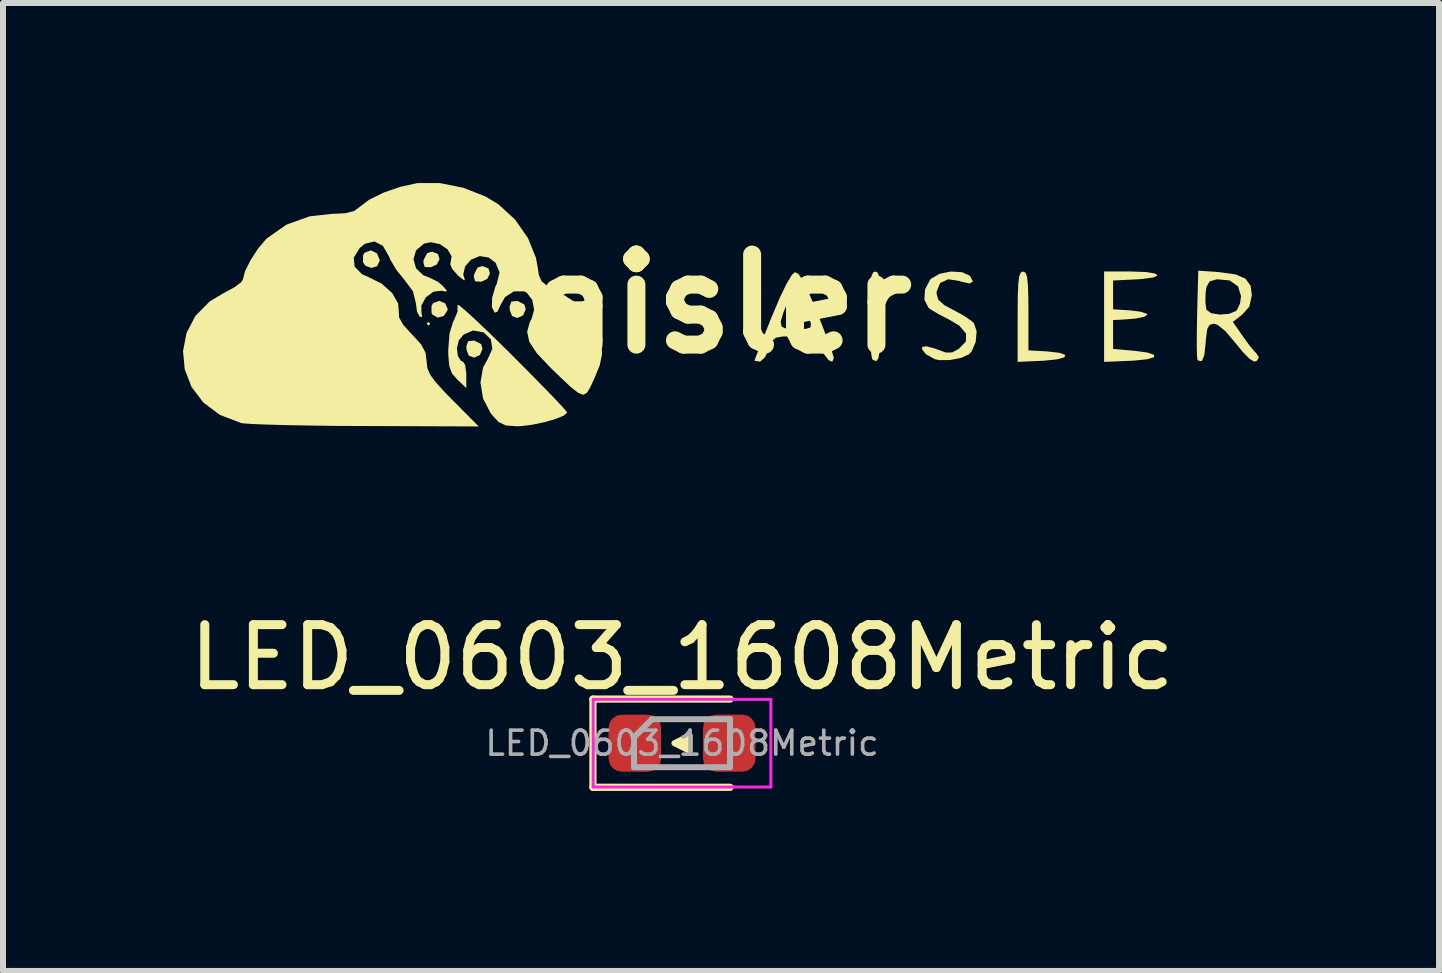
<source format=kicad_pcb>
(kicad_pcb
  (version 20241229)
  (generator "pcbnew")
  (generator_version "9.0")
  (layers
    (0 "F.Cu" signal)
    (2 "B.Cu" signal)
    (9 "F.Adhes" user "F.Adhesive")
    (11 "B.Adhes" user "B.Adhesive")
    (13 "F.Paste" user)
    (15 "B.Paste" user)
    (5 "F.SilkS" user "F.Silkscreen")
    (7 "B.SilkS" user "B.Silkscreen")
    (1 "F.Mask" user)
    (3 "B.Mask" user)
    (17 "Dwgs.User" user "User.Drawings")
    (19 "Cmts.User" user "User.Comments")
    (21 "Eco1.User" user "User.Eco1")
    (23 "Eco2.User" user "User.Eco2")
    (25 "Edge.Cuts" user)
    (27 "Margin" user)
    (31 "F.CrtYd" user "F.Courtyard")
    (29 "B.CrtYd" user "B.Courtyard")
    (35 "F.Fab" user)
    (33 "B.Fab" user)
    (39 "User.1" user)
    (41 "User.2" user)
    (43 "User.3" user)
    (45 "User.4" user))
  (footprint "aisler"
    (layer "F.Cu")
    (at 8.983 2.014)
    (property "Reference" "aisler" (at 0 0 0) (layer "F.SilkS") (effects (font (size 1.5 1.5) (thickness 0.3))))
    (attr board_only exclude_from_pos_files exclude_from_bom)
    (fp_poly (pts (xy -4.864 0.33) (xy -4.894 0.36) (xy -4.924 0.33) (xy -4.894 0.3)) (stroke (width 0) (type solid)) (fill yes) (layer "F.SilkS"))
    (fp_poly (pts (xy -4.735 -0.832) (xy -4.709 -0.746) (xy -4.754 -0.657) (xy -4.854 -0.611) (xy -4.957 -0.615) (xy -4.978 -0.693) (xy -4.974 -0.731) (xy -4.915 -0.847) (xy -4.834 -0.871)) (stroke (width 0) (type solid)) (fill yes) (layer "F.SilkS"))
    (fp_poly (pts (xy -4.015 0.671) (xy -3.993 0.75) (xy -4.037 0.852) (xy -4.134 0.896) (xy -4.221 0.863) (xy -4.257 0.773) (xy -4.263 0.706) (xy -4.231 0.621) (xy -4.128 0.611)) (stroke (width 0) (type solid)) (fill yes) (layer "F.SilkS"))
    (fp_poly (pts (xy -3.894 -0.592) (xy -3.869 -0.506) (xy -3.914 -0.417) (xy -4.013 -0.37) (xy -4.116 -0.375) (xy -4.137 -0.453) (xy -4.133 -0.491) (xy -4.075 -0.607) (xy -3.993 -0.63)) (stroke (width 0) (type solid)) (fill yes) (layer "F.SilkS"))
    (fp_poly (pts (xy -3.295 0.01) (xy -3.273 0.089) (xy -3.317 0.192) (xy -3.413 0.235) (xy -3.501 0.202) (xy -3.536 0.112) (xy -3.543 0.046) (xy -3.51 -0.04) (xy -3.408 -0.049)) (stroke (width 0) (type solid)) (fill yes) (layer "F.SilkS"))
    (fp_poly (pts (xy -5.752 -0.843) (xy -5.705 -0.73) (xy -5.704 -0.722) (xy -5.748 -0.629) (xy -5.846 -0.599) (xy -5.945 -0.637) (xy -5.985 -0.695) (xy -5.983 -0.811) (xy -5.957 -0.853) (xy -5.852 -0.892)) (stroke (width 0) (type solid)) (fill yes) (layer "F.SilkS"))
    (fp_poly (pts (xy -4.615 -0.01) (xy -4.573 0.084) (xy -4.575 0.104) (xy -4.637 0.2) (xy -4.739 0.228) (xy -4.827 0.179) (xy -4.842 0.151) (xy -4.843 0.033) (xy -4.816 -0.012) (xy -4.714 -0.051)) (stroke (width 0) (type solid)) (fill yes) (layer "F.SilkS"))
    (fp_poly (pts (xy 2.59 -0.523) (xy 2.616 -0.458) (xy 2.632 -0.327) (xy 2.64 -0.112) (xy 2.642 0.204) (xy 2.642 0.21) (xy 2.639 0.545) (xy 2.627 0.773) (xy 2.604 0.905) (xy 2.569 0.955) (xy 2.517 0.935) (xy 2.502 0.921) (xy 2.486 0.848) (xy 2.474 0.681) (xy 2.465 0.444) (xy 2.462 0.17) (xy 2.464 -0.138) (xy 2.473 -0.345) (xy 2.49 -0.468) (xy 2.518 -0.527) (xy 2.552 -0.54)) (stroke (width 0) (type solid)) (fill yes) (layer "F.SilkS"))
    (fp_poly (pts (xy 5.054 -0.522) (xy 5.081 -0.452) (xy 5.096 -0.313) (xy 5.103 -0.085) (xy 5.104 0.117) (xy 5.104 0.774) (xy 5.419 0.792) (xy 5.626 0.816) (xy 5.719 0.851) (xy 5.703 0.89) (xy 5.581 0.924) (xy 5.358 0.947) (xy 5.329 0.948) (xy 4.924 0.966) (xy 4.924 0.213) (xy 4.926 -0.106) (xy 4.934 -0.322) (xy 4.949 -0.455) (xy 4.975 -0.522) (xy 5.013 -0.54) (xy 5.014 -0.54)) (stroke (width 0) (type solid)) (fill yes) (layer "F.SilkS"))
    (fp_poly (pts (xy 7.065 -0.531) (xy 7.213 -0.507) (xy 7.256 -0.475) (xy 7.19 -0.442) (xy 7.011 -0.416) (xy 6.89 -0.408) (xy 6.515 -0.39) (xy 6.515 -0.15) (xy 6.515 0.09) (xy 6.8 0.108) (xy 6.967 0.129) (xy 7.069 0.161) (xy 7.086 0.18) (xy 7.032 0.215) (xy 6.895 0.243) (xy 6.8 0.252) (xy 6.515 0.27) (xy 6.515 0.51) (xy 6.515 0.751) (xy 6.862 0.781) (xy 7.089 0.811) (xy 7.2 0.849) (xy 7.196 0.889) (xy 7.08 0.923) (xy 6.853 0.946) (xy 6.8 0.948) (xy 6.365 0.966) (xy 6.365 0.213) (xy 6.365 -0.54) (xy 6.815 -0.54)) (stroke (width 0) (type solid)) (fill yes) (layer "F.SilkS"))
    (fp_poly (pts (xy 3.995 -0.529) (xy 4.126 -0.47) (xy 4.135 -0.46) (xy 4.179 -0.372) (xy 4.125 -0.34) (xy 3.983 -0.371) (xy 3.958 -0.381) (xy 3.768 -0.411) (xy 3.633 -0.349) (xy 3.574 -0.204) (xy 3.573 -0.174) (xy 3.601 -0.07) (xy 3.703 0.021) (xy 3.845 0.097) (xy 4.021 0.192) (xy 4.157 0.285) (xy 4.196 0.321) (xy 4.241 0.455) (xy 4.226 0.63) (xy 4.16 0.788) (xy 4.115 0.839) (xy 3.983 0.899) (xy 3.796 0.935) (xy 3.616 0.937) (xy 3.543 0.921) (xy 3.399 0.841) (xy 3.331 0.757) (xy 3.335 0.717) (xy 3.404 0.706) (xy 3.537 0.741) (xy 3.58 0.757) (xy 3.731 0.811) (xy 3.834 0.808) (xy 3.942 0.75) (xy 4.062 0.627) (xy 4.064 0.495) (xy 3.953 0.363) (xy 3.783 0.262) (xy 3.609 0.172) (xy 3.475 0.092) (xy 3.438 0.064) (xy 3.37 -0.07) (xy 3.381 -0.242) (xy 3.466 -0.403) (xy 3.483 -0.42) (xy 3.624 -0.502) (xy 3.811 -0.539)) (stroke (width 0) (type solid)) (fill yes) (layer "F.SilkS"))
    (fp_poly (pts (xy -4.381 0.025) (xy -4.28 0.109) (xy -4.116 0.258) (xy -3.903 0.46) (xy -3.65 0.707) (xy -3.515 0.84) (xy -3.243 1.113) (xy -3.003 1.358) (xy -2.805 1.562) (xy -2.663 1.713) (xy -2.59 1.797) (xy -2.582 1.81) (xy -2.636 1.86) (xy -2.775 1.917) (xy -2.965 1.972) (xy -3.173 2.015) (xy -3.364 2.038) (xy -3.418 2.039) (xy -3.602 2.026) (xy -3.723 1.97) (xy -3.84 1.843) (xy -3.858 1.82) (xy -3.984 1.575) (xy -4.027 1.31) (xy -3.984 1.06) (xy -3.909 0.924) (xy -3.829 0.75) (xy -3.855 0.589) (xy -3.973 0.475) (xy -4.147 0.442) (xy -4.308 0.511) (xy -4.387 0.607) (xy -4.419 0.736) (xy -4.404 0.868) (xy -4.35 0.952) (xy -4.319 0.961) (xy -4.283 1.014) (xy -4.264 1.145) (xy -4.263 1.181) (xy -4.263 1.402) (xy -4.413 1.261) (xy -4.502 1.158) (xy -4.547 1.036) (xy -4.563 0.852) (xy -4.564 0.768) (xy -4.542 0.49) (xy -4.481 0.292) (xy -4.467 0.269) (xy -4.408 0.125) (xy -4.41 0.015)) (stroke (width 0) (type solid)) (fill yes) (layer "F.SilkS"))
    (fp_poly (pts (xy 8.285 -0.529) (xy 8.553 -0.492) (xy 8.72 -0.421) (xy 8.806 -0.303) (xy 8.827 -0.147) (xy 8.785 0.045) (xy 8.669 0.176) (xy 8.51 0.3) (xy 8.679 0.543) (xy 8.787 0.691) (xy 8.871 0.793) (xy 8.897 0.817) (xy 8.946 0.891) (xy 8.906 0.953) (xy 8.865 0.961) (xy 8.79 0.916) (xy 8.673 0.798) (xy 8.549 0.646) (xy 8.389 0.457) (xy 8.255 0.349) (xy 8.195 0.33) (xy 8.124 0.348) (xy 8.084 0.42) (xy 8.063 0.575) (xy 8.058 0.646) (xy 8.034 0.857) (xy 7.992 0.955) (xy 7.929 0.943) (xy 7.921 0.936) (xy 7.913 0.87) (xy 7.909 0.708) (xy 7.91 0.474) (xy 7.915 0.192) (xy 7.915 0.178) (xy 7.92 -0.025) (xy 8.053 -0.025) (xy 8.069 0.093) (xy 8.07 0.096) (xy 8.148 0.155) (xy 8.291 0.178) (xy 8.447 0.166) (xy 8.566 0.116) (xy 8.575 0.108) (xy 8.629 -0.003) (xy 8.647 -0.13) (xy 8.596 -0.293) (xy 8.456 -0.391) (xy 8.247 -0.41) (xy 8.239 -0.409) (xy 8.123 -0.375) (xy 8.071 -0.283) (xy 8.057 -0.189) (xy 8.053 -0.025) (xy 7.92 -0.025) (xy 7.934 -0.554)) (stroke (width 0) (type solid)) (fill yes) (layer "F.SilkS"))
    (fp_poly (pts (xy 1.268 -0.503) (xy 1.341 -0.399) (xy 1.436 -0.205) (xy 1.561 0.09) (xy 1.584 0.147) (xy 1.69 0.417) (xy 1.777 0.648) (xy 1.837 0.817) (xy 1.861 0.899) (xy 1.861 0.901) (xy 1.836 0.964) (xy 1.775 0.938) (xy 1.699 0.839) (xy 1.655 0.751) (xy 1.601 0.634) (xy 1.538 0.571) (xy 1.433 0.546) (xy 1.248 0.54) (xy 1.209 0.54) (xy 1.009 0.543) (xy 0.895 0.563) (xy 0.833 0.617) (xy 0.79 0.721) (xy 0.781 0.751) (xy 0.714 0.888) (xy 0.639 0.958) (xy 0.626 0.961) (xy 0.549 0.95) (xy 0.54 0.942) (xy 0.562 0.883) (xy 0.619 0.734) (xy 0.706 0.516) (xy 0.794 0.296) (xy 0.976 0.296) (xy 0.991 0.379) (xy 1.068 0.413) (xy 1.212 0.42) (xy 1.229 0.42) (xy 1.397 0.416) (xy 1.472 0.392) (xy 1.48 0.335) (xy 1.466 0.285) (xy 1.415 0.144) (xy 1.341 -0.04) (xy 1.32 -0.09) (xy 1.217 -0.33) (xy 1.117 -0.094) (xy 1.02 0.146) (xy 0.976 0.296) (xy 0.794 0.296) (xy 0.811 0.252) (xy 0.83 0.207) (xy 0.962 -0.105) (xy 1.076 -0.34) (xy 1.164 -0.486) (xy 1.212 -0.528)) (stroke (width 0) (type solid)) (fill yes) (layer "F.SilkS"))
    (fp_poly (pts (xy -4.316 -1.936) (xy -3.945 -1.791) (xy -3.729 -1.661) (xy -3.451 -1.406) (xy -3.235 -1.097) (xy -3.103 -0.769) (xy -3.077 -0.631) (xy -3.053 -0.475) (xy -3.007 -0.375) (xy -2.909 -0.297) (xy -2.732 -0.207) (xy -2.72 -0.202) (xy -2.404 0.002) (xy -2.168 0.27) (xy -2.029 0.58) (xy -2.011 0.661) (xy -2.001 0.839) (xy -2.039 1.022) (xy -2.127 1.237) (xy -2.196 1.387) (xy -2.252 1.481) (xy -2.315 1.515) (xy -2.4 1.482) (xy -2.528 1.38) (xy -2.714 1.204) (xy -2.867 1.056) (xy -3.088 0.822) (xy -3.213 0.632) (xy -3.249 0.465) (xy -3.205 0.303) (xy -3.174 0.248) (xy -3.133 0.096) (xy -3.164 -0.066) (xy -3.254 -0.186) (xy -3.3 -0.209) (xy -3.471 -0.208) (xy -3.619 -0.113) (xy -3.699 0.031) (xy -3.744 0.13) (xy -3.789 0.146) (xy -3.837 0.054) (xy -3.832 -0.104) (xy -3.779 -0.285) (xy -3.756 -0.334) (xy -3.709 -0.526) (xy -3.775 -0.685) (xy -3.889 -0.772) (xy -4.039 -0.797) (xy -4.18 -0.739) (xy -4.282 -0.627) (xy -4.314 -0.489) (xy -4.288 -0.406) (xy -4.296 -0.391) (xy -4.371 -0.447) (xy -4.402 -0.474) (xy -4.498 -0.582) (xy -4.531 -0.661) (xy -4.528 -0.67) (xy -4.508 -0.794) (xy -4.577 -0.91) (xy -4.703 -0.996) (xy -4.856 -1.028) (xy -4.968 -1.004) (xy -5.1 -0.892) (xy -5.143 -0.743) (xy -5.1 -0.592) (xy -4.978 -0.477) (xy -4.897 -0.446) (xy -4.739 -0.371) (xy -4.653 -0.299) (xy -4.587 -0.22) (xy -4.611 -0.205) (xy -4.673 -0.22) (xy -4.812 -0.203) (xy -4.938 -0.108) (xy -5.012 0.027) (xy -5.011 0.131) (xy -4.999 0.218) (xy -5.038 0.214) (xy -5.084 0.13) (xy -5.104 -0.014) (xy -5.104 -0.016) (xy -5.152 -0.21) (xy -5.296 -0.403) (xy -5.431 -0.57) (xy -5.533 -0.745) (xy -5.551 -0.79) (xy -5.653 -0.968) (xy -5.793 -1.04) (xy -5.951 -1.002) (xy -6.037 -0.933) (xy -6.138 -0.772) (xy -6.124 -0.62) (xy -6.002 -0.496) (xy -5.895 -0.448) (xy -5.672 -0.337) (xy -5.499 -0.182) (xy -5.4 -0.01) (xy -5.389 0.106) (xy -5.382 0.227) (xy -5.313 0.351) (xy -5.168 0.508) (xy -5.017 0.673) (xy -4.943 0.812) (xy -4.924 0.957) (xy -4.913 1.066) (xy -4.869 1.173) (xy -4.777 1.3) (xy -4.622 1.47) (xy -4.49 1.605) (xy -4.056 2.042) (xy -5.946 2.035) (xy -6.419 2.033) (xy -6.861 2.027) (xy -7.254 2.02) (xy -7.583 2.011) (xy -7.832 2.001) (xy -7.984 1.99) (xy -8.016 1.985) (xy -8.37 1.849) (xy -8.646 1.642) (xy -8.842 1.383) (xy -8.955 1.091) (xy -8.983 0.784) (xy -8.924 0.481) (xy -8.776 0.198) (xy -8.536 -0.044) (xy -8.285 -0.192) (xy -8.12 -0.281) (xy -8.011 -0.365) (xy -7.986 -0.407) (xy -7.95 -0.545) (xy -7.857 -0.731) (xy -7.731 -0.924) (xy -7.596 -1.083) (xy -7.586 -1.092) (xy -7.26 -1.321) (xy -6.871 -1.46) (xy -6.509 -1.5) (xy -6.279 -1.511) (xy -6.133 -1.547) (xy -6.04 -1.616) (xy -5.88 -1.737) (xy -5.64 -1.855) (xy -5.359 -1.952) (xy -5.077 -2.013) (xy -5.067 -2.014) (xy -4.706 -2.014)) (stroke (width 0) (type solid)) (fill yes) (layer "F.SilkS")))
  (footprint "LED_0603_1608Metric"
    (layer "F.Cu")
    (at 8.315 9.334)
    (property "Reference" "LED_0603_1608Metric" (at 0 -1.43 0) (layer "F.SilkS") (effects (font (size 1 1) (thickness 0.15))))
    (attr smd)
    (fp_line (start -1.485 -0.735) (end -1.485 0.735) (stroke (width 0.12) (type solid)) (layer "F.SilkS"))
    (fp_line (start -1.485 0.735) (end 0.8 0.735) (stroke (width 0.12) (type solid)) (layer "F.SilkS"))
    (fp_line (start 0.8 -0.735) (end -1.485 -0.735) (stroke (width 0.12) (type solid)) (layer "F.SilkS"))
    (fp_poly (pts (xy 0.127 -0.127) (xy -0.127 0) (xy 0.127 0.127)) (stroke (width 0.1) (type solid)) (fill yes) (layer "F.SilkS"))
    (fp_line (start -1.48 -0.73) (end 1.48 -0.73) (stroke (width 0.05) (type solid)) (layer "F.CrtYd"))
    (fp_line (start -1.48 0.73) (end -1.48 -0.73) (stroke (width 0.05) (type solid)) (layer "F.CrtYd"))
    (fp_line (start 1.48 -0.73) (end 1.48 0.73) (stroke (width 0.05) (type solid)) (layer "F.CrtYd"))
    (fp_line (start 1.48 0.73) (end -1.48 0.73) (stroke (width 0.05) (type solid)) (layer "F.CrtYd"))
    (fp_line (start -0.8 -0.1) (end -0.8 0.4) (stroke (width 0.1) (type solid)) (layer "F.Fab"))
    (fp_line (start -0.8 0.4) (end 0.8 0.4) (stroke (width 0.1) (type solid)) (layer "F.Fab"))
    (fp_line (start -0.5 -0.4) (end -0.8 -0.1) (stroke (width 0.1) (type solid)) (layer "F.Fab"))
    (fp_line (start 0.8 -0.4) (end -0.5 -0.4) (stroke (width 0.1) (type solid)) (layer "F.Fab"))
    (fp_line (start 0.8 0.4) (end 0.8 -0.4) (stroke (width 0.1) (type solid)) (layer "F.Fab"))
    (fp_text user "${REFERENCE}" (at 0 0 0) (layer "F.Fab") (effects (font (size 0.4 0.4) (thickness 0.06))))
    (pad "1" smd roundrect (at -0.787 0) (size 0.875 0.95) (layers "F.Cu" "F.Mask" "F.Paste") (roundrect_rratio 0.25))
    (pad "2" smd roundrect (at 0.787 0) (size 0.875 0.95) (layers "F.Cu" "F.Mask" "F.Paste") (roundrect_rratio 0.25)))
  (gr_rect
    (start -3 -3)
    (end 20.929 13.129)
    (stroke (width 0.1) (type default))
    (fill no)
    (layer "Edge.Cuts")))
</source>
